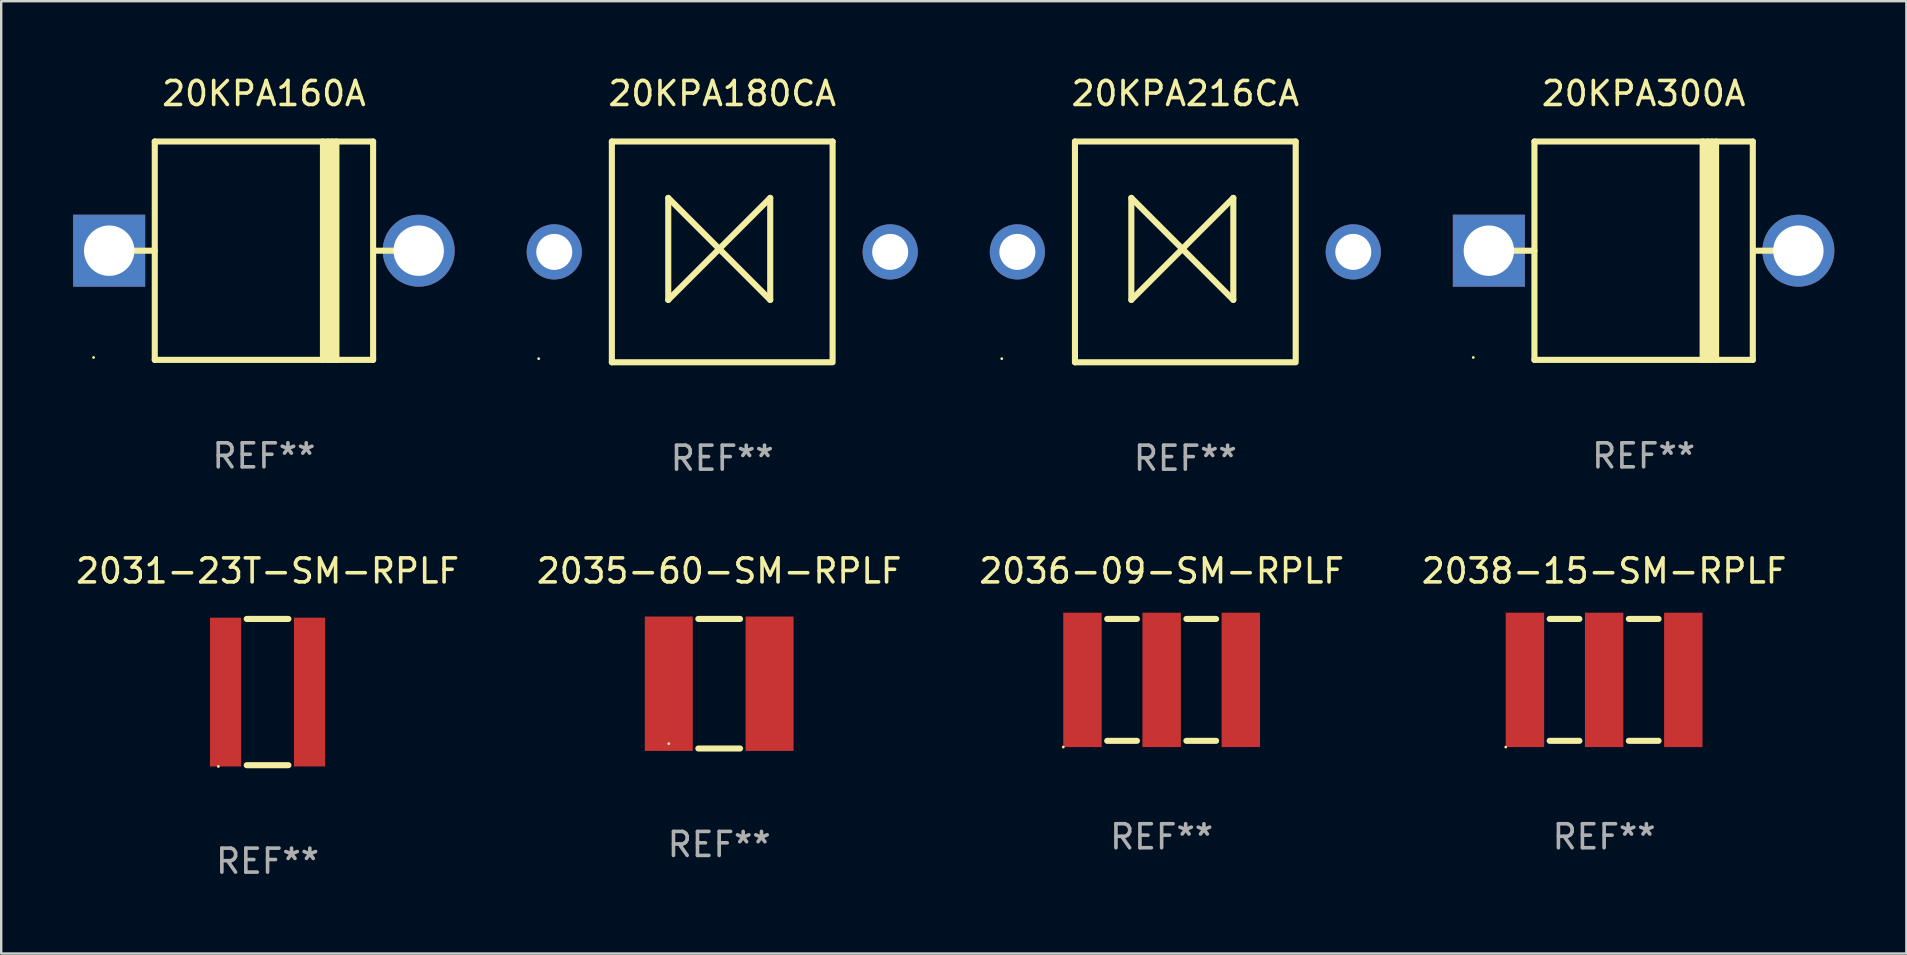
<source format=kicad_pcb>
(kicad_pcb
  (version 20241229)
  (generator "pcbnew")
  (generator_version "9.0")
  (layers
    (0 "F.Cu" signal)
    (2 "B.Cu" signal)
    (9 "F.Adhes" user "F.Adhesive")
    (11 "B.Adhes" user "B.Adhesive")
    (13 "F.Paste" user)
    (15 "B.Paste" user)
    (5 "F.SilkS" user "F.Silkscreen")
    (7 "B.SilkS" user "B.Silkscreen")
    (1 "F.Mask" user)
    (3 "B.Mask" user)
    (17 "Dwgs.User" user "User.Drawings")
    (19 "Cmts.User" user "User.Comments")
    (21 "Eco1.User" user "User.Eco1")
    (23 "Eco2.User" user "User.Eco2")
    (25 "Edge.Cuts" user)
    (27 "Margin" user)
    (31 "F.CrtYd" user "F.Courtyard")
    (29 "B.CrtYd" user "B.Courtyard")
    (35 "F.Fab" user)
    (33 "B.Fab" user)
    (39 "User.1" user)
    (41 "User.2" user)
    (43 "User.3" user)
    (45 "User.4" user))
  (footprint "20KPA160A"
    (layer "F.Cu")
    (at 7.95 7.399)
    (property "Reference" "20KPA160A" (at 0 -6.551 0) (layer "F.SilkS") (effects (font (size 1 1) (thickness 0.15))))
    (attr through_hole)
    (fp_line (start -5.6 -0.001) (end -4.55 -0.001) (stroke (width 0.254) (type solid)) (layer "F.SilkS"))
    (fp_line (start -4.55 -4.551) (end -4.55 4.55) (stroke (width 0.254) (type solid)) (layer "F.SilkS"))
    (fp_line (start -4.55 -4.551) (end 4.55 -4.551) (stroke (width 0.254) (type solid)) (layer "F.SilkS"))
    (fp_line (start 2.46 4.55) (end 2.46 -4.551) (stroke (width 0.254) (type solid)) (layer "F.SilkS"))
    (fp_line (start 2.67 4.55) (end 2.67 -4.551) (stroke (width 0.254) (type solid)) (layer "F.SilkS"))
    (fp_line (start 2.841 4.551) (end 2.841 -4.55) (stroke (width 0.254) (type solid)) (layer "F.SilkS"))
    (fp_line (start 3.02 4.55) (end 3.02 -4.551) (stroke (width 0.254) (type solid)) (layer "F.SilkS"))
    (fp_line (start 4.55 4.55) (end 4.55 -4.551) (stroke (width 0.254) (type solid)) (layer "F.SilkS"))
    (fp_line (start 4.55 4.549) (end -4.55 4.549) (stroke (width 0.254) (type solid)) (layer "F.SilkS"))
    (fp_line (start 4.58 -0.001) (end 5.6 -0.001) (stroke (width 0.254) (type solid)) (layer "F.SilkS"))
    (fp_circle (center -7.1 4.449) (end -7.07 4.449) (stroke (width 0.06) (type solid)) (fill no) (layer "F.SilkS"))
    (fp_text user "REF**" (at 0 8.551 0) (layer "F.Fab") (effects (font (size 1 1) (thickness 0.15))))
    (pad "1" thru_hole rect (at -6.45 -0.001 180) (size 3 3) (drill 2.1) (layers "*.Cu" "*.Mask"))
    (pad "2" thru_hole circle (at 6.45 -0.001) (size 3 3) (drill 2.1) (layers "*.Cu" "*.Mask")))
  (footprint "20KPA216CA"
    (layer "F.Cu")
    (at 46.35 7.448)
    (property "Reference" "20KPA216CA" (at 0 -6.6 0) (layer "F.SilkS") (effects (font (size 1 1) (thickness 0.15))))
    (attr through_hole)
    (fp_line (start -4.6 -4.6) (end -4.6 4.6) (stroke (width 0.254) (type solid)) (layer "F.SilkS"))
    (fp_line (start -4.6 -4.6) (end 4.6 -4.6) (stroke (width 0.254) (type solid)) (layer "F.SilkS"))
    (fp_line (start -4.6 4.6) (end 4.6 4.6) (stroke (width 0.254) (type solid)) (layer "F.SilkS"))
    (fp_line (start -2.25 -2.25) (end -2.25 2) (stroke (width 0.254) (type solid)) (layer "F.SilkS"))
    (fp_line (start -2.25 2) (end 2 -2.25) (stroke (width 0.254) (type solid)) (layer "F.SilkS"))
    (fp_line (start 2 -2.25) (end 2 2) (stroke (width 0.254) (type solid)) (layer "F.SilkS"))
    (fp_line (start 2 2) (end -2.25 -2.25) (stroke (width 0.254) (type solid)) (layer "F.SilkS"))
    (fp_line (start 4.6 -4.6) (end 4.6 4.5) (stroke (width 0.254) (type solid)) (layer "F.SilkS"))
    (fp_circle (center -7.65 4.45) (end -7.62 4.45) (stroke (width 0.06) (type solid)) (fill no) (layer "F.SilkS"))
    (fp_text user "REF**" (at 0 8.6 0) (layer "F.Fab") (effects (font (size 1 1) (thickness 0.15))))
    (pad "1" thru_hole circle (at -7 0) (size 2.3 2.3) (drill 1.5) (layers "*.Cu" "*.Mask"))
    (pad "2" thru_hole circle (at 7 0) (size 2.3 2.3) (drill 1.5) (layers "*.Cu" "*.Mask")))
  (footprint "20KPA180CA"
    (layer "F.Cu")
    (at 27.05 7.448)
    (property "Reference" "20KPA180CA" (at 0 -6.6 0) (layer "F.SilkS") (effects (font (size 1 1) (thickness 0.15))))
    (attr through_hole)
    (fp_line (start -4.6 -4.6) (end -4.6 4.6) (stroke (width 0.254) (type solid)) (layer "F.SilkS"))
    (fp_line (start -4.6 -4.6) (end 4.6 -4.6) (stroke (width 0.254) (type solid)) (layer "F.SilkS"))
    (fp_line (start -4.6 4.6) (end 4.6 4.6) (stroke (width 0.254) (type solid)) (layer "F.SilkS"))
    (fp_line (start -2.25 -2.25) (end -2.25 2) (stroke (width 0.254) (type solid)) (layer "F.SilkS"))
    (fp_line (start -2.25 2) (end 2 -2.25) (stroke (width 0.254) (type solid)) (layer "F.SilkS"))
    (fp_line (start 2 -2.25) (end 2 2) (stroke (width 0.254) (type solid)) (layer "F.SilkS"))
    (fp_line (start 2 2) (end -2.25 -2.25) (stroke (width 0.254) (type solid)) (layer "F.SilkS"))
    (fp_line (start 4.6 -4.6) (end 4.6 4.5) (stroke (width 0.254) (type solid)) (layer "F.SilkS"))
    (fp_circle (center -7.65 4.45) (end -7.62 4.45) (stroke (width 0.06) (type solid)) (fill no) (layer "F.SilkS"))
    (fp_text user "REF**" (at 0 8.6 0) (layer "F.Fab") (effects (font (size 1 1) (thickness 0.15))))
    (pad "1" thru_hole circle (at -7 0) (size 2.3 2.3) (drill 1.5) (layers "*.Cu" "*.Mask"))
    (pad "2" thru_hole circle (at 7 0) (size 2.3 2.3) (drill 1.5) (layers "*.Cu" "*.Mask")))
  (footprint "2031-23T-SM-RPLF"
    (layer "F.Cu")
    (at 8.101 25.793)
    (property "Reference" "2031-23T-SM-RPLF" (at 0 -5.048 0) (layer "F.SilkS") (effects (font (size 1 1) (thickness 0.15))))
    (attr through_hole)
    (fp_line (start -0.869 -3.048) (end 0.869 -3.048) (stroke (width 0.254) (type solid)) (layer "F.SilkS"))
    (fp_line (start -0.869 3.048) (end 0.869 3.048) (stroke (width 0.254) (type solid)) (layer "F.SilkS"))
    (fp_circle (center -2.05 3.1) (end -2.02 3.1) (stroke (width 0.06) (type solid)) (fill no) (layer "F.SilkS"))
    (fp_text user "REF**" (at 0 7.048 0) (layer "F.Fab") (effects (font (size 1 1) (thickness 0.15))))
    (pad "1" smd rect (at -1.75 0) (size 1.3 6.2) (layers "F.Cu" "F.Mask" "F.Paste"))
    (pad "2" smd rect (at 1.75 0) (size 1.3 6.2) (layers "F.Cu" "F.Mask" "F.Paste")))
  (footprint "20KPA300A"
    (layer "F.Cu")
    (at 65.45 7.399)
    (property "Reference" "20KPA300A" (at 0 -6.551 0) (layer "F.SilkS") (effects (font (size 1 1) (thickness 0.15))))
    (attr through_hole)
    (fp_line (start -5.6 -0.001) (end -4.55 -0.001) (stroke (width 0.254) (type solid)) (layer "F.SilkS"))
    (fp_line (start -4.55 -4.551) (end -4.55 4.55) (stroke (width 0.254) (type solid)) (layer "F.SilkS"))
    (fp_line (start -4.55 -4.551) (end 4.55 -4.551) (stroke (width 0.254) (type solid)) (layer "F.SilkS"))
    (fp_line (start 2.46 4.55) (end 2.46 -4.551) (stroke (width 0.254) (type solid)) (layer "F.SilkS"))
    (fp_line (start 2.67 4.55) (end 2.67 -4.551) (stroke (width 0.254) (type solid)) (layer "F.SilkS"))
    (fp_line (start 2.841 4.551) (end 2.841 -4.55) (stroke (width 0.254) (type solid)) (layer "F.SilkS"))
    (fp_line (start 3.02 4.55) (end 3.02 -4.551) (stroke (width 0.254) (type solid)) (layer "F.SilkS"))
    (fp_line (start 4.55 4.55) (end 4.55 -4.551) (stroke (width 0.254) (type solid)) (layer "F.SilkS"))
    (fp_line (start 4.55 4.549) (end -4.55 4.549) (stroke (width 0.254) (type solid)) (layer "F.SilkS"))
    (fp_line (start 4.58 -0.001) (end 5.6 -0.001) (stroke (width 0.254) (type solid)) (layer "F.SilkS"))
    (fp_circle (center -7.1 4.449) (end -7.07 4.449) (stroke (width 0.06) (type solid)) (fill no) (layer "F.SilkS"))
    (fp_text user "REF**" (at 0 8.551 0) (layer "F.Fab") (effects (font (size 1 1) (thickness 0.15))))
    (pad "1" thru_hole rect (at -6.45 -0.001 180) (size 3 3) (drill 2.1) (layers "*.Cu" "*.Mask"))
    (pad "2" thru_hole circle (at 6.45 -0.001) (size 3 3) (drill 2.1) (layers "*.Cu" "*.Mask")))
  (footprint "2036-09-SM-RPLF"
    (layer "F.Cu")
    (at 45.363 25.285)
    (property "Reference" "2036-09-SM-RPLF" (at 0 -4.54 0) (layer "F.SilkS") (effects (font (size 1 1) (thickness 0.15))))
    (attr through_hole)
    (fp_line (start -2.269 -2.54) (end -1.031 -2.54) (stroke (width 0.254) (type solid)) (layer "F.SilkS"))
    (fp_line (start -2.269 2.54) (end -1.031 2.54) (stroke (width 0.254) (type solid)) (layer "F.SilkS"))
    (fp_line (start 1.031 -2.54) (end 2.269 -2.54) (stroke (width 0.254) (type solid)) (layer "F.SilkS"))
    (fp_line (start 1.031 2.54) (end 2.269 2.54) (stroke (width 0.254) (type solid)) (layer "F.SilkS"))
    (fp_circle (center -4.1 2.8) (end -4.07 2.8) (stroke (width 0.06) (type solid)) (fill no) (layer "F.SilkS"))
    (fp_text user "REF**" (at 0 6.54 0) (layer "F.Fab") (effects (font (size 1 1) (thickness 0.15))))
    (pad "1" smd rect (at -3.3 0) (size 1.6 5.6) (layers "F.Cu" "F.Mask" "F.Paste"))
    (pad "2" smd rect (at 3.3 0) (size 1.6 5.6) (layers "F.Cu" "F.Mask" "F.Paste"))
    (pad "3" smd rect (at 0 0) (size 1.6 5.6) (layers "F.Cu" "F.Mask" "F.Paste")))
  (footprint "2038-15-SM-RPLF"
    (layer "F.Cu")
    (at 63.804 25.285)
    (property "Reference" "2038-15-SM-RPLF" (at 0 -4.54 0) (layer "F.SilkS") (effects (font (size 1 1) (thickness 0.15))))
    (attr through_hole)
    (fp_line (start -2.269 2.54) (end -1.031 2.54) (stroke (width 0.254) (type solid)) (layer "F.SilkS"))
    (fp_line (start -1.031 -2.54) (end -2.269 -2.54) (stroke (width 0.254) (type solid)) (layer "F.SilkS"))
    (fp_line (start 1.031 -2.54) (end 2.269 -2.54) (stroke (width 0.254) (type solid)) (layer "F.SilkS"))
    (fp_line (start 1.031 2.54) (end 2.269 2.54) (stroke (width 0.254) (type solid)) (layer "F.SilkS"))
    (fp_circle (center -4.1 2.8) (end -4.07 2.8) (stroke (width 0.06) (type solid)) (fill no) (layer "F.SilkS"))
    (fp_text user "REF**" (at 0 6.54 0) (layer "F.Fab") (effects (font (size 1 1) (thickness 0.15))))
    (pad "1" smd rect (at -3.3 0) (size 1.6 5.6) (layers "F.Cu" "F.Mask" "F.Paste"))
    (pad "2" smd rect (at 3.3 0) (size 1.6 5.6) (layers "F.Cu" "F.Mask" "F.Paste"))
    (pad "3" smd rect (at 0 0) (size 1.6 5.6) (layers "F.Cu" "F.Mask" "F.Paste")))
  (footprint "2035-60-SM-RPLF"
    (layer "F.Cu")
    (at 26.923 25.445)
    (property "Reference" "2035-60-SM-RPLF" (at 0 -4.7 0) (layer "F.SilkS") (effects (font (size 1 1) (thickness 0.15))))
    (attr through_hole)
    (fp_line (start -0.869 -2.7) (end 0.869 -2.7) (stroke (width 0.254) (type solid)) (layer "F.SilkS"))
    (fp_line (start -0.869 2.7) (end 0.869 2.7) (stroke (width 0.254) (type solid)) (layer "F.SilkS"))
    (fp_circle (center -2.1 2.5) (end -2.07 2.5) (stroke (width 0.06) (type solid)) (fill no) (layer "F.SilkS"))
    (fp_text user "REF**" (at 0 6.7 0) (layer "F.Fab") (effects (font (size 1 1) (thickness 0.15))))
    (pad "1" smd rect (at -2.1 0) (size 2 5.6) (layers "F.Cu" "F.Mask" "F.Paste"))
    (pad "2" smd rect (at 2.1 0) (size 2 5.6) (layers "F.Cu" "F.Mask" "F.Paste")))
  (gr_rect
    (start -3 -3)
    (end 76.4 36.689)
    (stroke (width 0.1) (type default))
    (fill no)
    (layer "Edge.Cuts")))
</source>
